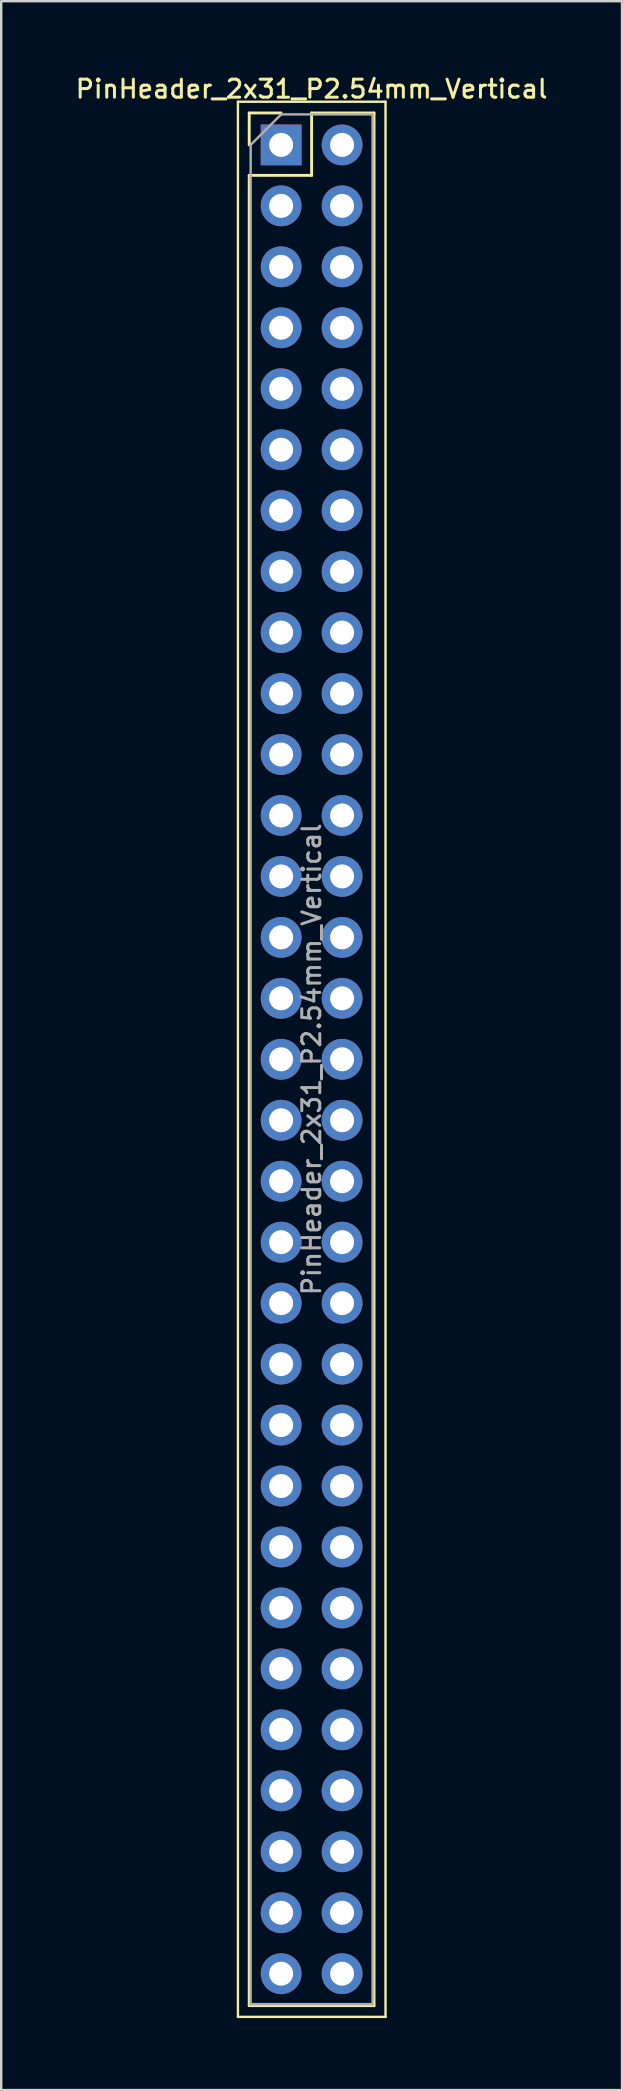
<source format=kicad_pcb>
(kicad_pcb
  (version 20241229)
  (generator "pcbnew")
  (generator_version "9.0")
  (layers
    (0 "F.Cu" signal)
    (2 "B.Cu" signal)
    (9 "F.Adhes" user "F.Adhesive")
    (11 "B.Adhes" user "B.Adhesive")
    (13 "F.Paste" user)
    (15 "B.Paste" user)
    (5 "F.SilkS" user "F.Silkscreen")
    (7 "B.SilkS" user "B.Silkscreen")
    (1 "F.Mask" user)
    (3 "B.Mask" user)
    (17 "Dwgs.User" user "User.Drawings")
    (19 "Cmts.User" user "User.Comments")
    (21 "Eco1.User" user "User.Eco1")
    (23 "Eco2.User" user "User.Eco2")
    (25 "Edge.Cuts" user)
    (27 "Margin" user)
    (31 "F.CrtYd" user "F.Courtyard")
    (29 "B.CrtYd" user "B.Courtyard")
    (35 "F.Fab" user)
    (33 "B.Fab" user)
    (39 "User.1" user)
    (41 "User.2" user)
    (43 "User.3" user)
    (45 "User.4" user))
  (footprint "PinHeader_2x31_P2.54mm_Vertical"
    (layer "F.Cu")
    (at 8.664 2.988)
    (property "Reference" "PinHeader_2x31_P2.54mm_Vertical" (at 1.27 -2.33 0) (layer "F.SilkS") (effects (font (size 0.75 0.75) (thickness 0.125))))
    (attr through_hole)
    (fp_line (start -1.8 -1.8) (end -1.8 78) (stroke (width 0.1) (type solid)) (layer "F.SilkS"))
    (fp_line (start -1.8 78) (end 4.35 78) (stroke (width 0.1) (type solid)) (layer "F.SilkS"))
    (fp_line (start -1.33 -1.33) (end 0 -1.33) (stroke (width 0.12) (type solid)) (layer "F.SilkS"))
    (fp_line (start -1.33 0) (end -1.33 -1.33) (stroke (width 0.12) (type solid)) (layer "F.SilkS"))
    (fp_line (start -1.33 1.27) (end -1.33 77.53) (stroke (width 0.12) (type solid)) (layer "F.SilkS"))
    (fp_line (start -1.33 1.27) (end 1.27 1.27) (stroke (width 0.12) (type solid)) (layer "F.SilkS"))
    (fp_line (start -1.33 77.53) (end 3.87 77.53) (stroke (width 0.12) (type solid)) (layer "F.SilkS"))
    (fp_line (start 1.27 -1.33) (end 3.87 -1.33) (stroke (width 0.12) (type solid)) (layer "F.SilkS"))
    (fp_line (start 1.27 1.27) (end 1.27 -1.33) (stroke (width 0.12) (type solid)) (layer "F.SilkS"))
    (fp_line (start 3.87 -1.33) (end 3.87 77.53) (stroke (width 0.12) (type solid)) (layer "F.SilkS"))
    (fp_line (start 4.35 -1.8) (end -1.8 -1.8) (stroke (width 0.1) (type solid)) (layer "F.SilkS"))
    (fp_line (start 4.35 78) (end 4.35 -1.8) (stroke (width 0.1) (type solid)) (layer "F.SilkS"))
    (fp_line (start -1.27 0) (end 0 -1.27) (stroke (width 0.1) (type solid)) (layer "F.Fab"))
    (fp_line (start -1.27 77.47) (end -1.27 0) (stroke (width 0.1) (type solid)) (layer "F.Fab"))
    (fp_line (start 0 -1.27) (end 3.81 -1.27) (stroke (width 0.1) (type solid)) (layer "F.Fab"))
    (fp_line (start 3.81 -1.27) (end 3.81 77.47) (stroke (width 0.1) (type solid)) (layer "F.Fab"))
    (fp_line (start 3.81 77.47) (end -1.27 77.47) (stroke (width 0.1) (type solid)) (layer "F.Fab"))
    (fp_text user "${REFERENCE}" (at 1.27 38.1 90) (layer "F.Fab") (effects (font (size 0.75 0.75) (thickness 0.125))))
    (pad "1" thru_hole rect (at 0 0) (size 1.7 1.7) (drill 1) (layers "*.Cu" "*.Mask"))
    (pad "2" thru_hole oval (at 2.54 0) (size 1.7 1.7) (drill 1) (layers "*.Cu" "*.Mask"))
    (pad "3" thru_hole oval (at 0 2.54) (size 1.7 1.7) (drill 1) (layers "*.Cu" "*.Mask"))
    (pad "4" thru_hole oval (at 2.54 2.54) (size 1.7 1.7) (drill 1) (layers "*.Cu" "*.Mask"))
    (pad "5" thru_hole oval (at 0 5.08) (size 1.7 1.7) (drill 1) (layers "*.Cu" "*.Mask"))
    (pad "6" thru_hole oval (at 2.54 5.08) (size 1.7 1.7) (drill 1) (layers "*.Cu" "*.Mask"))
    (pad "7" thru_hole oval (at 0 7.62) (size 1.7 1.7) (drill 1) (layers "*.Cu" "*.Mask"))
    (pad "8" thru_hole oval (at 2.54 7.62) (size 1.7 1.7) (drill 1) (layers "*.Cu" "*.Mask"))
    (pad "9" thru_hole oval (at 0 10.16) (size 1.7 1.7) (drill 1) (layers "*.Cu" "*.Mask"))
    (pad "10" thru_hole oval (at 2.54 10.16) (size 1.7 1.7) (drill 1) (layers "*.Cu" "*.Mask"))
    (pad "11" thru_hole oval (at 0 12.7) (size 1.7 1.7) (drill 1) (layers "*.Cu" "*.Mask"))
    (pad "12" thru_hole oval (at 2.54 12.7) (size 1.7 1.7) (drill 1) (layers "*.Cu" "*.Mask"))
    (pad "13" thru_hole oval (at 0 15.24) (size 1.7 1.7) (drill 1) (layers "*.Cu" "*.Mask"))
    (pad "14" thru_hole oval (at 2.54 15.24) (size 1.7 1.7) (drill 1) (layers "*.Cu" "*.Mask"))
    (pad "15" thru_hole oval (at 0 17.78) (size 1.7 1.7) (drill 1) (layers "*.Cu" "*.Mask"))
    (pad "16" thru_hole oval (at 2.54 17.78) (size 1.7 1.7) (drill 1) (layers "*.Cu" "*.Mask"))
    (pad "17" thru_hole oval (at 0 20.32) (size 1.7 1.7) (drill 1) (layers "*.Cu" "*.Mask"))
    (pad "18" thru_hole oval (at 2.54 20.32) (size 1.7 1.7) (drill 1) (layers "*.Cu" "*.Mask"))
    (pad "19" thru_hole oval (at 0 22.86) (size 1.7 1.7) (drill 1) (layers "*.Cu" "*.Mask"))
    (pad "20" thru_hole oval (at 2.54 22.86) (size 1.7 1.7) (drill 1) (layers "*.Cu" "*.Mask"))
    (pad "21" thru_hole oval (at 0 25.4) (size 1.7 1.7) (drill 1) (layers "*.Cu" "*.Mask"))
    (pad "22" thru_hole oval (at 2.54 25.4) (size 1.7 1.7) (drill 1) (layers "*.Cu" "*.Mask"))
    (pad "23" thru_hole oval (at 0 27.94) (size 1.7 1.7) (drill 1) (layers "*.Cu" "*.Mask"))
    (pad "24" thru_hole oval (at 2.54 27.94) (size 1.7 1.7) (drill 1) (layers "*.Cu" "*.Mask"))
    (pad "25" thru_hole oval (at 0 30.48) (size 1.7 1.7) (drill 1) (layers "*.Cu" "*.Mask"))
    (pad "26" thru_hole oval (at 2.54 30.48) (size 1.7 1.7) (drill 1) (layers "*.Cu" "*.Mask"))
    (pad "27" thru_hole oval (at 0 33.02) (size 1.7 1.7) (drill 1) (layers "*.Cu" "*.Mask"))
    (pad "28" thru_hole oval (at 2.54 33.02) (size 1.7 1.7) (drill 1) (layers "*.Cu" "*.Mask"))
    (pad "29" thru_hole oval (at 0 35.56) (size 1.7 1.7) (drill 1) (layers "*.Cu" "*.Mask"))
    (pad "30" thru_hole oval (at 2.54 35.56) (size 1.7 1.7) (drill 1) (layers "*.Cu" "*.Mask"))
    (pad "31" thru_hole oval (at 0 38.1) (size 1.7 1.7) (drill 1) (layers "*.Cu" "*.Mask"))
    (pad "32" thru_hole oval (at 2.54 38.1) (size 1.7 1.7) (drill 1) (layers "*.Cu" "*.Mask"))
    (pad "33" thru_hole oval (at 0 40.64) (size 1.7 1.7) (drill 1) (layers "*.Cu" "*.Mask"))
    (pad "34" thru_hole oval (at 2.54 40.64) (size 1.7 1.7) (drill 1) (layers "*.Cu" "*.Mask"))
    (pad "35" thru_hole oval (at 0 43.18) (size 1.7 1.7) (drill 1) (layers "*.Cu" "*.Mask"))
    (pad "36" thru_hole oval (at 2.54 43.18) (size 1.7 1.7) (drill 1) (layers "*.Cu" "*.Mask"))
    (pad "37" thru_hole oval (at 0 45.72) (size 1.7 1.7) (drill 1) (layers "*.Cu" "*.Mask"))
    (pad "38" thru_hole oval (at 2.54 45.72) (size 1.7 1.7) (drill 1) (layers "*.Cu" "*.Mask"))
    (pad "39" thru_hole oval (at 0 48.26) (size 1.7 1.7) (drill 1) (layers "*.Cu" "*.Mask"))
    (pad "40" thru_hole oval (at 2.54 48.26) (size 1.7 1.7) (drill 1) (layers "*.Cu" "*.Mask"))
    (pad "41" thru_hole oval (at 0 50.8) (size 1.7 1.7) (drill 1) (layers "*.Cu" "*.Mask"))
    (pad "42" thru_hole oval (at 2.54 50.8) (size 1.7 1.7) (drill 1) (layers "*.Cu" "*.Mask"))
    (pad "43" thru_hole oval (at 0 53.34) (size 1.7 1.7) (drill 1) (layers "*.Cu" "*.Mask"))
    (pad "44" thru_hole oval (at 2.54 53.34) (size 1.7 1.7) (drill 1) (layers "*.Cu" "*.Mask"))
    (pad "45" thru_hole oval (at 0 55.88) (size 1.7 1.7) (drill 1) (layers "*.Cu" "*.Mask"))
    (pad "46" thru_hole oval (at 2.54 55.88) (size 1.7 1.7) (drill 1) (layers "*.Cu" "*.Mask"))
    (pad "47" thru_hole oval (at 0 58.42) (size 1.7 1.7) (drill 1) (layers "*.Cu" "*.Mask"))
    (pad "48" thru_hole oval (at 2.54 58.42) (size 1.7 1.7) (drill 1) (layers "*.Cu" "*.Mask"))
    (pad "49" thru_hole oval (at 0 60.96) (size 1.7 1.7) (drill 1) (layers "*.Cu" "*.Mask"))
    (pad "50" thru_hole oval (at 2.54 60.96) (size 1.7 1.7) (drill 1) (layers "*.Cu" "*.Mask"))
    (pad "51" thru_hole oval (at 0 63.5) (size 1.7 1.7) (drill 1) (layers "*.Cu" "*.Mask"))
    (pad "52" thru_hole oval (at 2.54 63.5) (size 1.7 1.7) (drill 1) (layers "*.Cu" "*.Mask"))
    (pad "53" thru_hole oval (at 0 66.04) (size 1.7 1.7) (drill 1) (layers "*.Cu" "*.Mask"))
    (pad "54" thru_hole oval (at 2.54 66.04) (size 1.7 1.7) (drill 1) (layers "*.Cu" "*.Mask"))
    (pad "55" thru_hole oval (at 0 68.58) (size 1.7 1.7) (drill 1) (layers "*.Cu" "*.Mask"))
    (pad "56" thru_hole oval (at 2.54 68.58) (size 1.7 1.7) (drill 1) (layers "*.Cu" "*.Mask"))
    (pad "57" thru_hole oval (at 0 71.12) (size 1.7 1.7) (drill 1) (layers "*.Cu" "*.Mask"))
    (pad "58" thru_hole oval (at 2.54 71.12) (size 1.7 1.7) (drill 1) (layers "*.Cu" "*.Mask"))
    (pad "59" thru_hole oval (at 0 73.66) (size 1.7 1.7) (drill 1) (layers "*.Cu" "*.Mask"))
    (pad "60" thru_hole oval (at 2.54 73.66) (size 1.7 1.7) (drill 1) (layers "*.Cu" "*.Mask"))
    (pad "61" thru_hole oval (at 0 76.2) (size 1.7 1.7) (drill 1) (layers "*.Cu" "*.Mask"))
    (pad "62" thru_hole oval (at 2.54 76.2) (size 1.7 1.7) (drill 1) (layers "*.Cu" "*.Mask")))
  (gr_rect
    (start -3 -3)
    (end 22.868 84.038)
    (stroke (width 0.1) (type default))
    (fill no)
    (layer "Edge.Cuts")))
</source>
